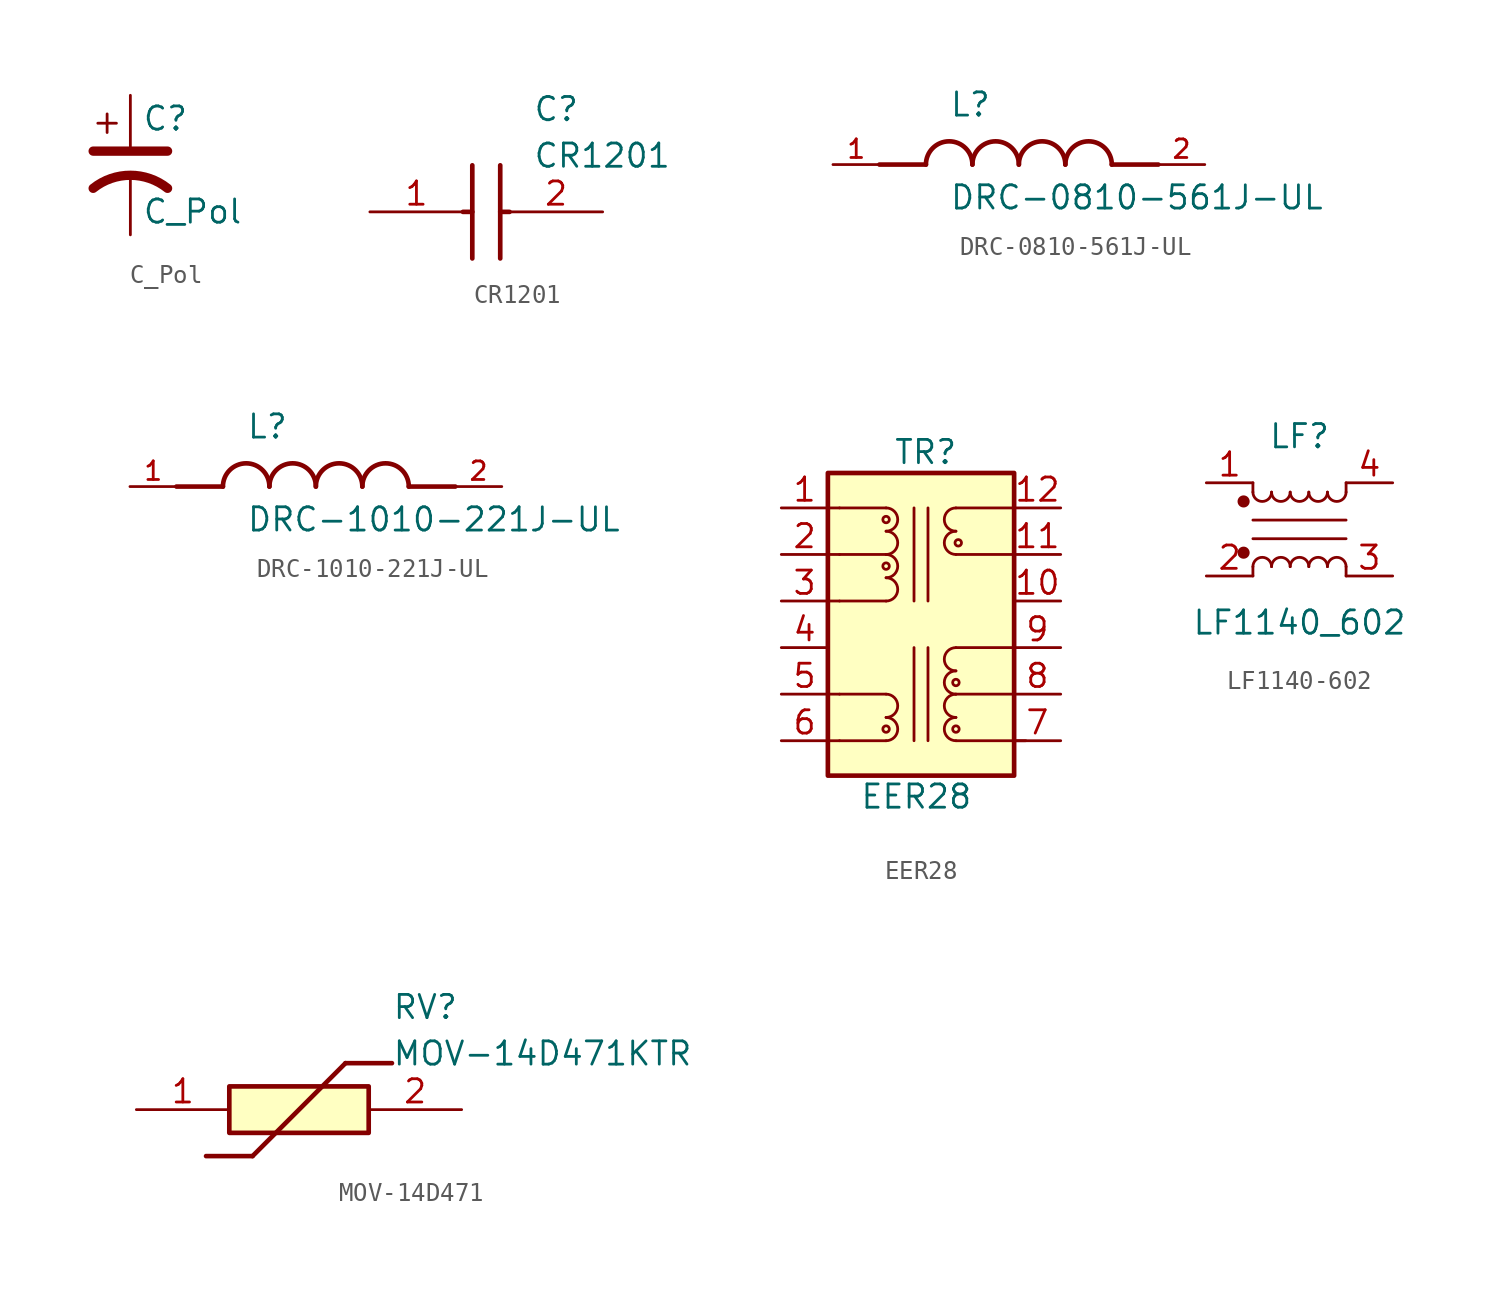
<source format=kicad_sym>
(kicad_symbol_lib
  (version 20241209)
  (generator "kicad_symbol_editor")
  (generator_version "9.0")
  (symbol "C_Pol"
    (pin_numbers
      (hide yes))
    (pin_names
      (offset 0.254)
      (hide yes))
    (property "Reference" "C"
      (at 0.635 2.54 0)
      (effects (font (size 1.27 1.27)) (justify left)))
    (property "Value" "C_Pol"
      (at 0.635 -2.54 0)
      (effects (font (size 1.27 1.27)) (justify left)))
    (symbol "C_Pol_0_1"
      (polyline (pts (xy -2.032 0.762) (xy 2.032 0.762)) (stroke (width 0.508) (type default)) (fill (type none)))
      (polyline (pts (xy -1.778 2.286) (xy -0.762 2.286)) (stroke (width 0) (type default)) (fill (type none)))
      (polyline (pts (xy -1.27 1.778) (xy -1.27 2.794)) (stroke (width 0) (type default)) (fill (type none)))
      (arc (start -2.032 -1.27) (mid 0 -0.5572) (end 2.032 -1.27) (stroke (width 0.508) (type default)) (fill (type none))))
    (symbol "C_Pol_1_1"
      (pin passive line (at 0 3.81 270) (length 2.794) (name "~" (effects (font (size 1.27 1.27)))) (number "1" (effects (font (size 1.27 1.27)))))
      (pin passive line (at 0 -3.81 90) (length 3.302) (name "~" (effects (font (size 1.27 1.27)))) (number "2" (effects (font (size 1.27 1.27)))))))
  (symbol "CR1201"
    (pin_names
      (hide yes))
    (property "Reference" "C"
      (at 8.89 6.35 0)
      (effects (font (size 1.27 1.27)) (justify left top)))
    (property "Value" "CR1201"
      (at 8.89 3.81 0)
      (effects (font (size 1.27 1.27)) (justify left top)))
    (symbol "CR1201_1_1"
      (polyline (pts (xy 5.08 0) (xy 5.588 0)) (stroke (width 0.254) (type default)) (fill (type none)))
      (polyline (pts (xy 5.588 2.54) (xy 5.588 -2.54)) (stroke (width 0.254) (type default)) (fill (type none)))
      (polyline (pts (xy 7.112 2.54) (xy 7.112 -2.54)) (stroke (width 0.254) (type default)) (fill (type none)))
      (polyline (pts (xy 7.112 0) (xy 7.62 0)) (stroke (width 0.254) (type default)) (fill (type none)))
      (pin passive line (at 0 0 0) (length 5.08) (name "1" (effects (font (size 1.27 1.27)))) (number "1" (effects (font (size 1.27 1.27)))))
      (pin passive line (at 12.7 0 180) (length 5.08) (name "2" (effects (font (size 1.27 1.27)))) (number "2" (effects (font (size 1.27 1.27)))))))
  (symbol "DRC-0810-561J-UL"
    (pin_names
      (offset 1.016))
    (property "Reference" "L"
      (at -3.81 2.54 0)
      (effects (font (size 1.27 1.27)) (justify left bottom)))
    (property "Value" "DRC-0810-561J-UL"
      (at -3.81 -2.54 0)
      (effects (font (size 1.27 1.27)) (justify left bottom)))
    (symbol "DRC-0810-561J-UL_0_0"
      (polyline (pts (xy -5.08 0) (xy -7.62 0)) (stroke (width 0.254) (type default)) (fill (type none)))
      (arc (start -5.08 0) (mid -3.81 1.2645) (end -2.54 0) (stroke (width 0.254) (type default)) (fill (type none)))
      (arc (start -2.54 0) (mid -1.27 1.2645) (end 0 0) (stroke (width 0.254) (type default)) (fill (type none)))
      (arc (start 0 0) (mid 1.27 1.2645) (end 2.54 0) (stroke (width 0.254) (type default)) (fill (type none)))
      (arc (start 2.54 0) (mid 3.81 1.2645) (end 5.08 0) (stroke (width 0.254) (type default)) (fill (type none)))
      (polyline (pts (xy 5.08 0) (xy 7.62 0)) (stroke (width 0.254) (type default)) (fill (type none)))
      (pin passive line (at -10.16 0 0) (length 2.54) (name "~" (effects (font (size 1.016 1.016)))) (number "1" (effects (font (size 1.016 1.016)))))
      (pin passive line (at 10.16 0 180) (length 2.54) (name "~" (effects (font (size 1.016 1.016)))) (number "2" (effects (font (size 1.016 1.016)))))))
  (symbol "DRC-1010-221J-UL"
    (pin_names
      (offset 1.016))
    (property "Reference" "L"
      (at -3.81 2.54 0)
      (effects (font (size 1.27 1.27)) (justify left bottom)))
    (property "Value" "DRC-1010-221J-UL"
      (at -3.81 -2.54 0)
      (effects (font (size 1.27 1.27)) (justify left bottom)))
    (symbol "DRC-1010-221J-UL_0_0"
      (polyline (pts (xy -5.08 0) (xy -7.62 0)) (stroke (width 0.254) (type default)) (fill (type none)))
      (arc (start -5.08 0) (mid -3.81 1.2645) (end -2.54 0) (stroke (width 0.254) (type default)) (fill (type none)))
      (arc (start -2.54 0) (mid -1.27 1.2645) (end 0 0) (stroke (width 0.254) (type default)) (fill (type none)))
      (arc (start 0 0) (mid 1.27 1.2645) (end 2.54 0) (stroke (width 0.254) (type default)) (fill (type none)))
      (arc (start 2.54 0) (mid 3.81 1.2645) (end 5.08 0) (stroke (width 0.254) (type default)) (fill (type none)))
      (polyline (pts (xy 5.08 0) (xy 7.62 0)) (stroke (width 0.254) (type default)) (fill (type none)))
      (pin passive line (at -10.16 0 0) (length 2.54) (name "~" (effects (font (size 1.016 1.016)))) (number "1" (effects (font (size 1.016 1.016)))))
      (pin passive line (at 10.16 0 180) (length 2.54) (name "~" (effects (font (size 1.016 1.016)))) (number "2" (effects (font (size 1.016 1.016)))))))
  (symbol "EER28"
    (pin_names
      (hide yes))
    (property "Reference" "TR"
      (at 0.254 9.398 0)
      (effects (font (size 1.27 1.27))))
    (property "Value" "EER28"
      (at -0.254 -9.398 0)
      (effects (font (size 1.27 1.27))))
    (symbol "EER28_0_1"
      (rectangle (start -5.08 8.255) (end 5.08 -8.255) (stroke (width 0.254) (type default)) (fill (type background)))
      (polyline (pts (xy -4.445 6.35) (xy -5.08 6.35)) (stroke (width 0) (type default)) (fill (type none)))
      (polyline (pts (xy -4.445 3.81) (xy -5.08 3.81)) (stroke (width 0) (type default)) (fill (type none)))
      (polyline (pts (xy -4.445 1.27) (xy -5.08 1.27)) (stroke (width 0) (type default)) (fill (type none)))
      (polyline (pts (xy -4.445 -3.81) (xy -5.08 -3.81)) (stroke (width 0) (type default)) (fill (type none)))
      (polyline (pts (xy -4.445 -6.35) (xy -5.08 -6.35)) (stroke (width 0) (type default)) (fill (type none)))
      (arc (start -1.905 6.35) (mid -1.2727 5.715) (end -1.905 5.08) (stroke (width 0) (type default)) (fill (type none)))
      (polyline (pts (xy -1.905 6.35) (xy -4.445 6.35)) (stroke (width 0) (type default)) (fill (type none)))
      (circle (center -1.905 5.715) (radius 0.178) (stroke (width 0) (type default)) (fill (type none)))
      (polyline (pts (xy -1.905 3.81) (xy -4.445 3.81)) (stroke (width 0) (type default)) (fill (type none)))
      (circle (center -1.905 3.175) (radius 0.178) (stroke (width 0) (type default)) (fill (type none)))
      (polyline (pts (xy -1.905 1.27) (xy -4.445 1.27)) (stroke (width 0) (type default)) (fill (type none)))
      (polyline (pts (xy -0.381 1.27) (xy -0.381 6.35)) (stroke (width 0) (type default)) (fill (type none)))
      (polyline (pts (xy -0.381 -1.27) (xy -0.381 -6.35)) (stroke (width 0) (type default)) (fill (type none)))
      (polyline (pts (xy 0.381 6.35) (xy 0.381 1.27)) (stroke (width 0) (type default)) (fill (type none)))
      (polyline (pts (xy 0.381 -6.35) (xy 0.381 -1.27)) (stroke (width 0) (type default)) (fill (type none)))
      (polyline (pts (xy 1.905 6.35) (xy 5.08 6.35)) (stroke (width 0) (type default)) (fill (type none)))
      (polyline (pts (xy 1.905 3.81) (xy 5.08 3.81)) (stroke (width 0) (type default)) (fill (type none)))
      (polyline (pts (xy 1.905 -1.27) (xy 5.08 -1.27)) (stroke (width 0) (type default)) (fill (type none)))
      (polyline (pts (xy 1.905 -3.81) (xy 5.08 -3.81)) (stroke (width 0) (type default)) (fill (type none)))
      (polyline (pts (xy 1.905 -6.35) (xy 5.715 -6.35)) (stroke (width 0) (type default)) (fill (type none))))
    (symbol "EER28_1_1"
      (arc (start -1.905 5.08) (mid -1.2727 4.445) (end -1.905 3.81) (stroke (width 0) (type default)) (fill (type none)))
      (arc (start -1.905 3.81) (mid -1.2727 3.175) (end -1.905 2.54) (stroke (width 0) (type default)) (fill (type none)))
      (arc (start -1.905 2.54) (mid -1.2727 1.905) (end -1.905 1.27) (stroke (width 0) (type default)) (fill (type none)))
      (arc (start -1.905 -3.81) (mid -1.2727 -4.445) (end -1.905 -5.08) (stroke (width 0) (type default)) (fill (type none)))
      (arc (start -1.905 -5.08) (mid -1.2727 -5.715) (end -1.905 -6.35) (stroke (width 0) (type default)) (fill (type none)))
      (polyline (pts (xy -1.905 -3.81) (xy -4.445 -3.81)) (stroke (width 0) (type default)) (fill (type none)))
      (circle (center -1.905 -5.715) (radius 0.178) (stroke (width 0) (type default)) (fill (type none)))
      (polyline (pts (xy -1.905 -6.35) (xy -4.445 -6.35)) (stroke (width 0) (type default)) (fill (type none)))
      (circle (center 1.905 -3.175) (radius 0.178) (stroke (width 0) (type default)) (fill (type none)))
      (circle (center 1.905 -5.715) (radius 0.178) (stroke (width 0) (type default)) (fill (type none)))
      (arc (start 1.905 5.08) (mid 1.2727 5.715) (end 1.905 6.35) (stroke (width 0) (type default)) (fill (type none)))
      (arc (start 1.905 3.81) (mid 1.2727 4.445) (end 1.905 5.08) (stroke (width 0) (type default)) (fill (type none)))
      (arc (start 1.905 -2.54) (mid 1.2727 -1.905) (end 1.905 -1.27) (stroke (width 0) (type default)) (fill (type none)))
      (arc (start 1.905 -3.81) (mid 1.2727 -3.175) (end 1.905 -2.54) (stroke (width 0) (type default)) (fill (type none)))
      (arc (start 1.905 -5.08) (mid 1.2727 -4.445) (end 1.905 -3.81) (stroke (width 0) (type default)) (fill (type none)))
      (arc (start 1.905 -6.35) (mid 1.2727 -5.715) (end 1.905 -5.08) (stroke (width 0) (type default)) (fill (type none)))
      (circle (center 2.032 4.445) (radius 0.178) (stroke (width 0) (type default)) (fill (type none)))
      (pin passive line (at -7.62 6.35 0) (length 2.54) (name "P0" (effects (font (size 1.27 1.27)))) (number "1" (effects (font (size 1.27 1.27)))))
      (pin passive line (at -7.62 3.81 0) (length 2.54) (name "P1" (effects (font (size 1.27 1.27)))) (number "2" (effects (font (size 1.27 1.27)))))
      (pin passive line (at -7.62 1.27 0) (length 2.54) (name "P2" (effects (font (size 1.27 1.27)))) (number "3" (effects (font (size 1.27 1.27)))))
      (pin passive line (at -7.62 -1.27 0) (length 2.54) (name "NC1" (effects (font (size 1.27 1.27)))) (number "4" (effects (font (size 1.27 1.27)))))
      (pin passive line (at -7.62 -3.81 0) (length 2.54) (name "Vcc" (effects (font (size 1.27 1.27)))) (number "5" (effects (font (size 1.27 1.27)))))
      (pin passive line (at -7.62 -6.35 0) (length 2.54) (name "Vcc_GND" (effects (font (size 1.27 1.27)))) (number "6" (effects (font (size 1.27 1.27)))))
      (pin passive line (at 7.62 6.35 180) (length 2.54) (name "N3" (effects (font (size 1.27 1.27)))) (number "12" (effects (font (size 1.27 1.27)))))
      (pin passive line (at 7.62 3.81 180) (length 2.54) (name "N_GND2" (effects (font (size 1.27 1.27)))) (number "11" (effects (font (size 1.27 1.27)))))
      (pin passive line (at 7.62 1.27 180) (length 2.54) (name "NC2" (effects (font (size 1.27 1.27)))) (number "10" (effects (font (size 1.27 1.27)))))
      (pin passive line (at 7.62 -1.27 180) (length 2.54) (name "N2" (effects (font (size 1.27 1.27)))) (number "9" (effects (font (size 1.27 1.27)))))
      (pin passive line (at 7.62 -3.81 180) (length 2.54) (name "N1" (effects (font (size 1.27 1.27)))) (number "8" (effects (font (size 1.27 1.27)))))
      (pin passive line (at 7.62 -6.35 180) (length 2.54) (name "N_GND1" (effects (font (size 1.27 1.27)))) (number "7" (effects (font (size 1.27 1.27)))))))
  (symbol "LF1140-602"
    (pin_names
      (hide yes))
    (property "Reference" "LF"
      (at 0 5.08 0)
      (effects (font (size 1.27 1.27))))
    (property "Value" "LF1140_602"
      (at 0 -5.08 0)
      (effects (font (size 1.27 1.27))))
    (symbol "LF1140-602_1_1"
      (circle (center -3.048 1.524) (radius 0.254) (stroke (width 0) (type default)) (fill (type outline)))
      (circle (center -3.048 -1.27) (radius 0.254) (stroke (width 0) (type default)) (fill (type outline)))
      (polyline (pts (xy -2.54 2.032) (xy -2.54 2.54)) (stroke (width 0) (type default)) (fill (type none)))
      (polyline (pts (xy -2.54 0.508) (xy 2.54 0.508)) (stroke (width 0) (type default)) (fill (type none)))
      (polyline (pts (xy -2.54 -2.032) (xy -2.54 -2.54)) (stroke (width 0) (type default)) (fill (type none)))
      (arc (start -1.524 2.032) (mid -2.032 1.5262) (end -2.54 2.032) (stroke (width 0) (type default)) (fill (type none)))
      (arc (start -2.54 -2.032) (mid -2.032 -1.5262) (end -1.524 -2.032) (stroke (width 0) (type default)) (fill (type none)))
      (arc (start -0.508 2.032) (mid -1.016 1.5262) (end -1.524 2.032) (stroke (width 0) (type default)) (fill (type none)))
      (arc (start -1.524 -2.032) (mid -1.016 -1.5262) (end -0.508 -2.032) (stroke (width 0) (type default)) (fill (type none)))
      (arc (start 0.508 2.032) (mid 0 1.5262) (end -0.508 2.032) (stroke (width 0) (type default)) (fill (type none)))
      (arc (start -0.508 -2.032) (mid 0 -1.5262) (end 0.508 -2.032) (stroke (width 0) (type default)) (fill (type none)))
      (arc (start 1.524 2.032) (mid 1.016 1.5262) (end 0.508 2.032) (stroke (width 0) (type default)) (fill (type none)))
      (arc (start 0.508 -2.032) (mid 1.016 -1.5262) (end 1.524 -2.032) (stroke (width 0) (type default)) (fill (type none)))
      (arc (start 2.54 2.032) (mid 2.032 1.5262) (end 1.524 2.032) (stroke (width 0) (type default)) (fill (type none)))
      (arc (start 1.524 -2.032) (mid 2.032 -1.5262) (end 2.54 -2.032) (stroke (width 0) (type default)) (fill (type none)))
      (polyline (pts (xy 2.54 2.54) (xy 2.54 2.032)) (stroke (width 0) (type default)) (fill (type none)))
      (polyline (pts (xy 2.54 -0.508) (xy -2.54 -0.508)) (stroke (width 0) (type default)) (fill (type none)))
      (polyline (pts (xy 2.54 -2.032) (xy 2.54 -2.54)) (stroke (width 0) (type default)) (fill (type none)))
      (pin passive line (at -5.08 2.54 0) (length 2.54) (name "1" (effects (font (size 1.27 1.27)))) (number "1" (effects (font (size 1.27 1.27)))))
      (pin passive line (at -5.08 -2.54 0) (length 2.54) (name "2" (effects (font (size 1.27 1.27)))) (number "2" (effects (font (size 1.27 1.27)))))
      (pin passive line (at 5.08 2.54 180) (length 2.54) (name "4" (effects (font (size 1.27 1.27)))) (number "4" (effects (font (size 1.27 1.27)))))
      (pin passive line (at 5.08 -2.54 180) (length 2.54) (name "3" (effects (font (size 1.27 1.27)))) (number "3" (effects (font (size 1.27 1.27)))))))
  (symbol "MOV-14D471"
    (pin_names
      (hide yes))
    (property "Reference" "RV"
      (at 13.97 6.35 0)
      (effects (font (size 1.27 1.27)) (justify left top)))
    (property "Value" "MOV-14D471KTR"
      (at 13.97 3.81 0)
      (effects (font (size 1.27 1.27)) (justify left top)))
    (symbol "MOV-14D471_1_1"
      (polyline (pts (xy 3.81 -2.54) (xy 6.35 -2.54)) (stroke (width 0.254) (type default)) (fill (type none)))
      (rectangle (start 5.08 1.27) (end 12.7 -1.27) (stroke (width 0.254) (type default)) (fill (type background)))
      (polyline (pts (xy 11.43 2.54) (xy 6.35 -2.54)) (stroke (width 0.254) (type default)) (fill (type none)))
      (polyline (pts (xy 11.43 2.54) (xy 13.97 2.54)) (stroke (width 0.254) (type default)) (fill (type none)))
      (pin passive line (at 0 0 0) (length 5.08) (name "1" (effects (font (size 1.27 1.27)))) (number "1" (effects (font (size 1.27 1.27)))))
      (pin passive line (at 17.78 0 180) (length 5.08) (name "2" (effects (font (size 1.27 1.27)))) (number "2" (effects (font (size 1.27 1.27))))))))
</source>
